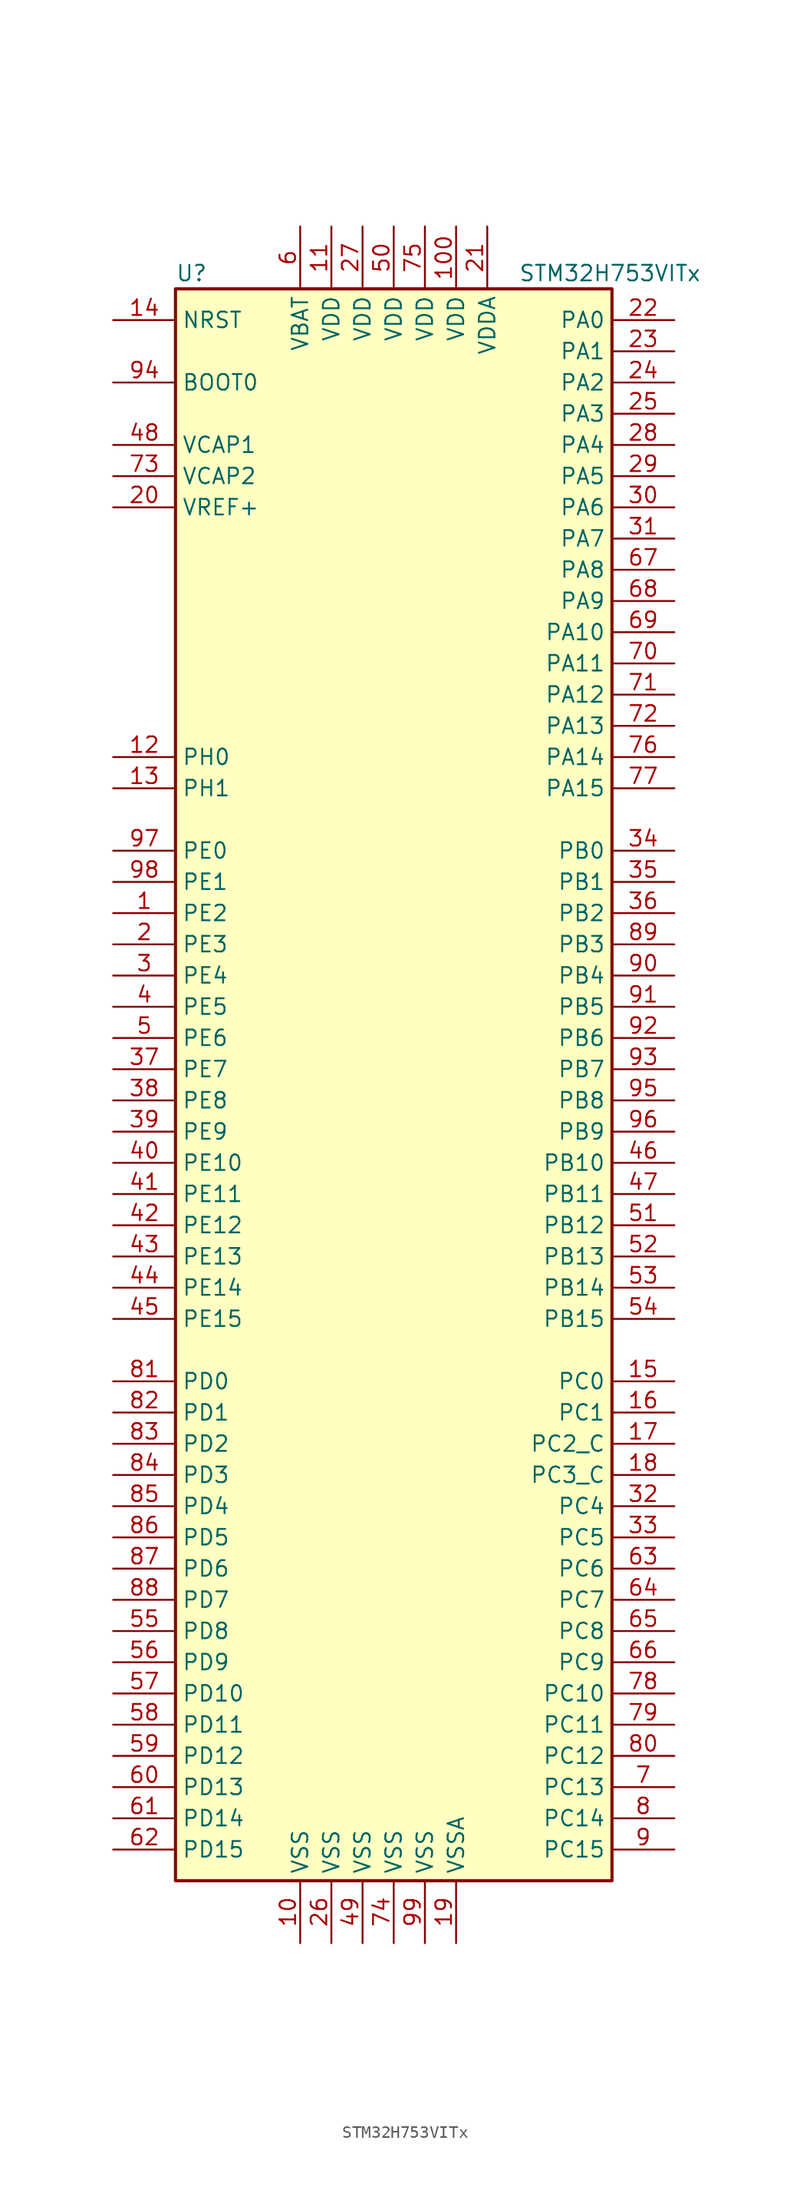
<source format=kicad_sym>
(kicad_symbol_lib
  (version 20201005)
  (generator kicad_symbol_editor)
  (symbol "MCU_ST_STM32H7:STM32H753VITx"
    (property "Reference" "U"
      (at -17.78 64.77 0)
      (effects (font (size 1.27 1.27)) (justify left)))
    (property "Value" "STM32H753VITx"
      (at 10.16 64.77 0)
      (effects (font (size 1.27 1.27)) (justify left)))
    (symbol "STM32H753VITx_0_1"
      (rectangle (start -17.78 -66.04) (end 17.78 63.5) (stroke (width 0.254)) (fill (type background))))
    (symbol "STM32H753VITx_1_1"
      (pin input line (at -22.86 55.88 0) (length 5.08) (name "BOOT0" (effects (font (size 1.27 1.27)))) (number "94" (effects (font (size 1.27 1.27)))))
      (pin input line (at -22.86 60.96 0) (length 5.08) (name "NRST" (effects (font (size 1.27 1.27)))) (number "14" (effects (font (size 1.27 1.27)))))
      (pin bidirectional line (at 22.86 60.96 180) (length 5.08) (name "PA0" (effects (font (size 1.27 1.27)))) (number "22" (effects (font (size 1.27 1.27)))))
      (pin bidirectional line (at 22.86 58.42 180) (length 5.08) (name "PA1" (effects (font (size 1.27 1.27)))) (number "23" (effects (font (size 1.27 1.27)))))
      (pin bidirectional line (at 22.86 35.56 180) (length 5.08) (name "PA10" (effects (font (size 1.27 1.27)))) (number "69" (effects (font (size 1.27 1.27)))))
      (pin bidirectional line (at 22.86 33.02 180) (length 5.08) (name "PA11" (effects (font (size 1.27 1.27)))) (number "70" (effects (font (size 1.27 1.27)))))
      (pin bidirectional line (at 22.86 30.48 180) (length 5.08) (name "PA12" (effects (font (size 1.27 1.27)))) (number "71" (effects (font (size 1.27 1.27)))))
      (pin bidirectional line (at 22.86 27.94 180) (length 5.08) (name "PA13" (effects (font (size 1.27 1.27)))) (number "72" (effects (font (size 1.27 1.27)))))
      (pin bidirectional line (at 22.86 25.4 180) (length 5.08) (name "PA14" (effects (font (size 1.27 1.27)))) (number "76" (effects (font (size 1.27 1.27)))))
      (pin bidirectional line (at 22.86 22.86 180) (length 5.08) (name "PA15" (effects (font (size 1.27 1.27)))) (number "77" (effects (font (size 1.27 1.27)))))
      (pin bidirectional line (at 22.86 55.88 180) (length 5.08) (name "PA2" (effects (font (size 1.27 1.27)))) (number "24" (effects (font (size 1.27 1.27)))))
      (pin bidirectional line (at 22.86 53.34 180) (length 5.08) (name "PA3" (effects (font (size 1.27 1.27)))) (number "25" (effects (font (size 1.27 1.27)))))
      (pin bidirectional line (at 22.86 50.8 180) (length 5.08) (name "PA4" (effects (font (size 1.27 1.27)))) (number "28" (effects (font (size 1.27 1.27)))))
      (pin bidirectional line (at 22.86 48.26 180) (length 5.08) (name "PA5" (effects (font (size 1.27 1.27)))) (number "29" (effects (font (size 1.27 1.27)))))
      (pin bidirectional line (at 22.86 45.72 180) (length 5.08) (name "PA6" (effects (font (size 1.27 1.27)))) (number "30" (effects (font (size 1.27 1.27)))))
      (pin bidirectional line (at 22.86 43.18 180) (length 5.08) (name "PA7" (effects (font (size 1.27 1.27)))) (number "31" (effects (font (size 1.27 1.27)))))
      (pin bidirectional line (at 22.86 40.64 180) (length 5.08) (name "PA8" (effects (font (size 1.27 1.27)))) (number "67" (effects (font (size 1.27 1.27)))))
      (pin bidirectional line (at 22.86 38.1 180) (length 5.08) (name "PA9" (effects (font (size 1.27 1.27)))) (number "68" (effects (font (size 1.27 1.27)))))
      (pin bidirectional line (at 22.86 17.78 180) (length 5.08) (name "PB0" (effects (font (size 1.27 1.27)))) (number "34" (effects (font (size 1.27 1.27)))))
      (pin bidirectional line (at 22.86 15.24 180) (length 5.08) (name "PB1" (effects (font (size 1.27 1.27)))) (number "35" (effects (font (size 1.27 1.27)))))
      (pin bidirectional line (at 22.86 -7.62 180) (length 5.08) (name "PB10" (effects (font (size 1.27 1.27)))) (number "46" (effects (font (size 1.27 1.27)))))
      (pin bidirectional line (at 22.86 -10.16 180) (length 5.08) (name "PB11" (effects (font (size 1.27 1.27)))) (number "47" (effects (font (size 1.27 1.27)))))
      (pin bidirectional line (at 22.86 -12.7 180) (length 5.08) (name "PB12" (effects (font (size 1.27 1.27)))) (number "51" (effects (font (size 1.27 1.27)))))
      (pin bidirectional line (at 22.86 -15.24 180) (length 5.08) (name "PB13" (effects (font (size 1.27 1.27)))) (number "52" (effects (font (size 1.27 1.27)))))
      (pin bidirectional line (at 22.86 -17.78 180) (length 5.08) (name "PB14" (effects (font (size 1.27 1.27)))) (number "53" (effects (font (size 1.27 1.27)))))
      (pin bidirectional line (at 22.86 -20.32 180) (length 5.08) (name "PB15" (effects (font (size 1.27 1.27)))) (number "54" (effects (font (size 1.27 1.27)))))
      (pin bidirectional line (at 22.86 12.7 180) (length 5.08) (name "PB2" (effects (font (size 1.27 1.27)))) (number "36" (effects (font (size 1.27 1.27)))))
      (pin bidirectional line (at 22.86 10.16 180) (length 5.08) (name "PB3" (effects (font (size 1.27 1.27)))) (number "89" (effects (font (size 1.27 1.27)))))
      (pin bidirectional line (at 22.86 7.62 180) (length 5.08) (name "PB4" (effects (font (size 1.27 1.27)))) (number "90" (effects (font (size 1.27 1.27)))))
      (pin bidirectional line (at 22.86 5.08 180) (length 5.08) (name "PB5" (effects (font (size 1.27 1.27)))) (number "91" (effects (font (size 1.27 1.27)))))
      (pin bidirectional line (at 22.86 2.54 180) (length 5.08) (name "PB6" (effects (font (size 1.27 1.27)))) (number "92" (effects (font (size 1.27 1.27)))))
      (pin bidirectional line (at 22.86 0 180) (length 5.08) (name "PB7" (effects (font (size 1.27 1.27)))) (number "93" (effects (font (size 1.27 1.27)))))
      (pin bidirectional line (at 22.86 -2.54 180) (length 5.08) (name "PB8" (effects (font (size 1.27 1.27)))) (number "95" (effects (font (size 1.27 1.27)))))
      (pin bidirectional line (at 22.86 -5.08 180) (length 5.08) (name "PB9" (effects (font (size 1.27 1.27)))) (number "96" (effects (font (size 1.27 1.27)))))
      (pin bidirectional line (at 22.86 -25.4 180) (length 5.08) (name "PC0" (effects (font (size 1.27 1.27)))) (number "15" (effects (font (size 1.27 1.27)))))
      (pin bidirectional line (at 22.86 -27.94 180) (length 5.08) (name "PC1" (effects (font (size 1.27 1.27)))) (number "16" (effects (font (size 1.27 1.27)))))
      (pin bidirectional line (at 22.86 -50.8 180) (length 5.08) (name "PC10" (effects (font (size 1.27 1.27)))) (number "78" (effects (font (size 1.27 1.27)))))
      (pin bidirectional line (at 22.86 -53.34 180) (length 5.08) (name "PC11" (effects (font (size 1.27 1.27)))) (number "79" (effects (font (size 1.27 1.27)))))
      (pin bidirectional line (at 22.86 -55.88 180) (length 5.08) (name "PC12" (effects (font (size 1.27 1.27)))) (number "80" (effects (font (size 1.27 1.27)))))
      (pin bidirectional line (at 22.86 -58.42 180) (length 5.08) (name "PC13" (effects (font (size 1.27 1.27)))) (number "7" (effects (font (size 1.27 1.27)))))
      (pin bidirectional line (at 22.86 -60.96 180) (length 5.08) (name "PC14" (effects (font (size 1.27 1.27)))) (number "8" (effects (font (size 1.27 1.27)))))
      (pin bidirectional line (at 22.86 -63.5 180) (length 5.08) (name "PC15" (effects (font (size 1.27 1.27)))) (number "9" (effects (font (size 1.27 1.27)))))
      (pin bidirectional line (at 22.86 -30.48 180) (length 5.08) (name "PC2_C" (effects (font (size 1.27 1.27)))) (number "17" (effects (font (size 1.27 1.27)))))
      (pin bidirectional line (at 22.86 -33.02 180) (length 5.08) (name "PC3_C" (effects (font (size 1.27 1.27)))) (number "18" (effects (font (size 1.27 1.27)))))
      (pin bidirectional line (at 22.86 -35.56 180) (length 5.08) (name "PC4" (effects (font (size 1.27 1.27)))) (number "32" (effects (font (size 1.27 1.27)))))
      (pin bidirectional line (at 22.86 -38.1 180) (length 5.08) (name "PC5" (effects (font (size 1.27 1.27)))) (number "33" (effects (font (size 1.27 1.27)))))
      (pin bidirectional line (at 22.86 -40.64 180) (length 5.08) (name "PC6" (effects (font (size 1.27 1.27)))) (number "63" (effects (font (size 1.27 1.27)))))
      (pin bidirectional line (at 22.86 -43.18 180) (length 5.08) (name "PC7" (effects (font (size 1.27 1.27)))) (number "64" (effects (font (size 1.27 1.27)))))
      (pin bidirectional line (at 22.86 -45.72 180) (length 5.08) (name "PC8" (effects (font (size 1.27 1.27)))) (number "65" (effects (font (size 1.27 1.27)))))
      (pin bidirectional line (at 22.86 -48.26 180) (length 5.08) (name "PC9" (effects (font (size 1.27 1.27)))) (number "66" (effects (font (size 1.27 1.27)))))
      (pin bidirectional line (at -22.86 -25.4 0) (length 5.08) (name "PD0" (effects (font (size 1.27 1.27)))) (number "81" (effects (font (size 1.27 1.27)))))
      (pin bidirectional line (at -22.86 -27.94 0) (length 5.08) (name "PD1" (effects (font (size 1.27 1.27)))) (number "82" (effects (font (size 1.27 1.27)))))
      (pin bidirectional line (at -22.86 -50.8 0) (length 5.08) (name "PD10" (effects (font (size 1.27 1.27)))) (number "57" (effects (font (size 1.27 1.27)))))
      (pin bidirectional line (at -22.86 -53.34 0) (length 5.08) (name "PD11" (effects (font (size 1.27 1.27)))) (number "58" (effects (font (size 1.27 1.27)))))
      (pin bidirectional line (at -22.86 -55.88 0) (length 5.08) (name "PD12" (effects (font (size 1.27 1.27)))) (number "59" (effects (font (size 1.27 1.27)))))
      (pin bidirectional line (at -22.86 -58.42 0) (length 5.08) (name "PD13" (effects (font (size 1.27 1.27)))) (number "60" (effects (font (size 1.27 1.27)))))
      (pin bidirectional line (at -22.86 -60.96 0) (length 5.08) (name "PD14" (effects (font (size 1.27 1.27)))) (number "61" (effects (font (size 1.27 1.27)))))
      (pin bidirectional line (at -22.86 -63.5 0) (length 5.08) (name "PD15" (effects (font (size 1.27 1.27)))) (number "62" (effects (font (size 1.27 1.27)))))
      (pin bidirectional line (at -22.86 -30.48 0) (length 5.08) (name "PD2" (effects (font (size 1.27 1.27)))) (number "83" (effects (font (size 1.27 1.27)))))
      (pin bidirectional line (at -22.86 -33.02 0) (length 5.08) (name "PD3" (effects (font (size 1.27 1.27)))) (number "84" (effects (font (size 1.27 1.27)))))
      (pin bidirectional line (at -22.86 -35.56 0) (length 5.08) (name "PD4" (effects (font (size 1.27 1.27)))) (number "85" (effects (font (size 1.27 1.27)))))
      (pin bidirectional line (at -22.86 -38.1 0) (length 5.08) (name "PD5" (effects (font (size 1.27 1.27)))) (number "86" (effects (font (size 1.27 1.27)))))
      (pin bidirectional line (at -22.86 -40.64 0) (length 5.08) (name "PD6" (effects (font (size 1.27 1.27)))) (number "87" (effects (font (size 1.27 1.27)))))
      (pin bidirectional line (at -22.86 -43.18 0) (length 5.08) (name "PD7" (effects (font (size 1.27 1.27)))) (number "88" (effects (font (size 1.27 1.27)))))
      (pin bidirectional line (at -22.86 -45.72 0) (length 5.08) (name "PD8" (effects (font (size 1.27 1.27)))) (number "55" (effects (font (size 1.27 1.27)))))
      (pin bidirectional line (at -22.86 -48.26 0) (length 5.08) (name "PD9" (effects (font (size 1.27 1.27)))) (number "56" (effects (font (size 1.27 1.27)))))
      (pin bidirectional line (at -22.86 17.78 0) (length 5.08) (name "PE0" (effects (font (size 1.27 1.27)))) (number "97" (effects (font (size 1.27 1.27)))))
      (pin bidirectional line (at -22.86 15.24 0) (length 5.08) (name "PE1" (effects (font (size 1.27 1.27)))) (number "98" (effects (font (size 1.27 1.27)))))
      (pin bidirectional line (at -22.86 -7.62 0) (length 5.08) (name "PE10" (effects (font (size 1.27 1.27)))) (number "40" (effects (font (size 1.27 1.27)))))
      (pin bidirectional line (at -22.86 -10.16 0) (length 5.08) (name "PE11" (effects (font (size 1.27 1.27)))) (number "41" (effects (font (size 1.27 1.27)))))
      (pin bidirectional line (at -22.86 -12.7 0) (length 5.08) (name "PE12" (effects (font (size 1.27 1.27)))) (number "42" (effects (font (size 1.27 1.27)))))
      (pin bidirectional line (at -22.86 -15.24 0) (length 5.08) (name "PE13" (effects (font (size 1.27 1.27)))) (number "43" (effects (font (size 1.27 1.27)))))
      (pin bidirectional line (at -22.86 -17.78 0) (length 5.08) (name "PE14" (effects (font (size 1.27 1.27)))) (number "44" (effects (font (size 1.27 1.27)))))
      (pin bidirectional line (at -22.86 -20.32 0) (length 5.08) (name "PE15" (effects (font (size 1.27 1.27)))) (number "45" (effects (font (size 1.27 1.27)))))
      (pin bidirectional line (at -22.86 12.7 0) (length 5.08) (name "PE2" (effects (font (size 1.27 1.27)))) (number "1" (effects (font (size 1.27 1.27)))))
      (pin bidirectional line (at -22.86 10.16 0) (length 5.08) (name "PE3" (effects (font (size 1.27 1.27)))) (number "2" (effects (font (size 1.27 1.27)))))
      (pin bidirectional line (at -22.86 7.62 0) (length 5.08) (name "PE4" (effects (font (size 1.27 1.27)))) (number "3" (effects (font (size 1.27 1.27)))))
      (pin bidirectional line (at -22.86 5.08 0) (length 5.08) (name "PE5" (effects (font (size 1.27 1.27)))) (number "4" (effects (font (size 1.27 1.27)))))
      (pin bidirectional line (at -22.86 2.54 0) (length 5.08) (name "PE6" (effects (font (size 1.27 1.27)))) (number "5" (effects (font (size 1.27 1.27)))))
      (pin bidirectional line (at -22.86 0 0) (length 5.08) (name "PE7" (effects (font (size 1.27 1.27)))) (number "37" (effects (font (size 1.27 1.27)))))
      (pin bidirectional line (at -22.86 -2.54 0) (length 5.08) (name "PE8" (effects (font (size 1.27 1.27)))) (number "38" (effects (font (size 1.27 1.27)))))
      (pin bidirectional line (at -22.86 -5.08 0) (length 5.08) (name "PE9" (effects (font (size 1.27 1.27)))) (number "39" (effects (font (size 1.27 1.27)))))
      (pin input line (at -22.86 25.4 0) (length 5.08) (name "PH0" (effects (font (size 1.27 1.27)))) (number "12" (effects (font (size 1.27 1.27)))))
      (pin input line (at -22.86 22.86 0) (length 5.08) (name "PH1" (effects (font (size 1.27 1.27)))) (number "13" (effects (font (size 1.27 1.27)))))
      (pin power_in line (at -7.62 68.58 270) (length 5.08) (name "VBAT" (effects (font (size 1.27 1.27)))) (number "6" (effects (font (size 1.27 1.27)))))
      (pin power_in line (at -22.86 50.8 0) (length 5.08) (name "VCAP1" (effects (font (size 1.27 1.27)))) (number "48" (effects (font (size 1.27 1.27)))))
      (pin power_in line (at -22.86 48.26 0) (length 5.08) (name "VCAP2" (effects (font (size 1.27 1.27)))) (number "73" (effects (font (size 1.27 1.27)))))
      (pin power_in line (at 5.08 68.58 270) (length 5.08) (name "VDD" (effects (font (size 1.27 1.27)))) (number "100" (effects (font (size 1.27 1.27)))))
      (pin power_in line (at -5.08 68.58 270) (length 5.08) (name "VDD" (effects (font (size 1.27 1.27)))) (number "11" (effects (font (size 1.27 1.27)))))
      (pin power_in line (at -2.54 68.58 270) (length 5.08) (name "VDD" (effects (font (size 1.27 1.27)))) (number "27" (effects (font (size 1.27 1.27)))))
      (pin power_in line (at 0 68.58 270) (length 5.08) (name "VDD" (effects (font (size 1.27 1.27)))) (number "50" (effects (font (size 1.27 1.27)))))
      (pin power_in line (at 2.54 68.58 270) (length 5.08) (name "VDD" (effects (font (size 1.27 1.27)))) (number "75" (effects (font (size 1.27 1.27)))))
      (pin power_in line (at 7.62 68.58 270) (length 5.08) (name "VDDA" (effects (font (size 1.27 1.27)))) (number "21" (effects (font (size 1.27 1.27)))))
      (pin bidirectional line (at -22.86 45.72 0) (length 5.08) (name "VREF+" (effects (font (size 1.27 1.27)))) (number "20" (effects (font (size 1.27 1.27)))))
      (pin power_in line (at -7.62 -71.12 90) (length 5.08) (name "VSS" (effects (font (size 1.27 1.27)))) (number "10" (effects (font (size 1.27 1.27)))))
      (pin power_in line (at -5.08 -71.12 90) (length 5.08) (name "VSS" (effects (font (size 1.27 1.27)))) (number "26" (effects (font (size 1.27 1.27)))))
      (pin power_in line (at -2.54 -71.12 90) (length 5.08) (name "VSS" (effects (font (size 1.27 1.27)))) (number "49" (effects (font (size 1.27 1.27)))))
      (pin power_in line (at 0 -71.12 90) (length 5.08) (name "VSS" (effects (font (size 1.27 1.27)))) (number "74" (effects (font (size 1.27 1.27)))))
      (pin power_in line (at 2.54 -71.12 90) (length 5.08) (name "VSS" (effects (font (size 1.27 1.27)))) (number "99" (effects (font (size 1.27 1.27)))))
      (pin power_in line (at 5.08 -71.12 90) (length 5.08) (name "VSSA" (effects (font (size 1.27 1.27)))) (number "19" (effects (font (size 1.27 1.27))))))))
</source>
